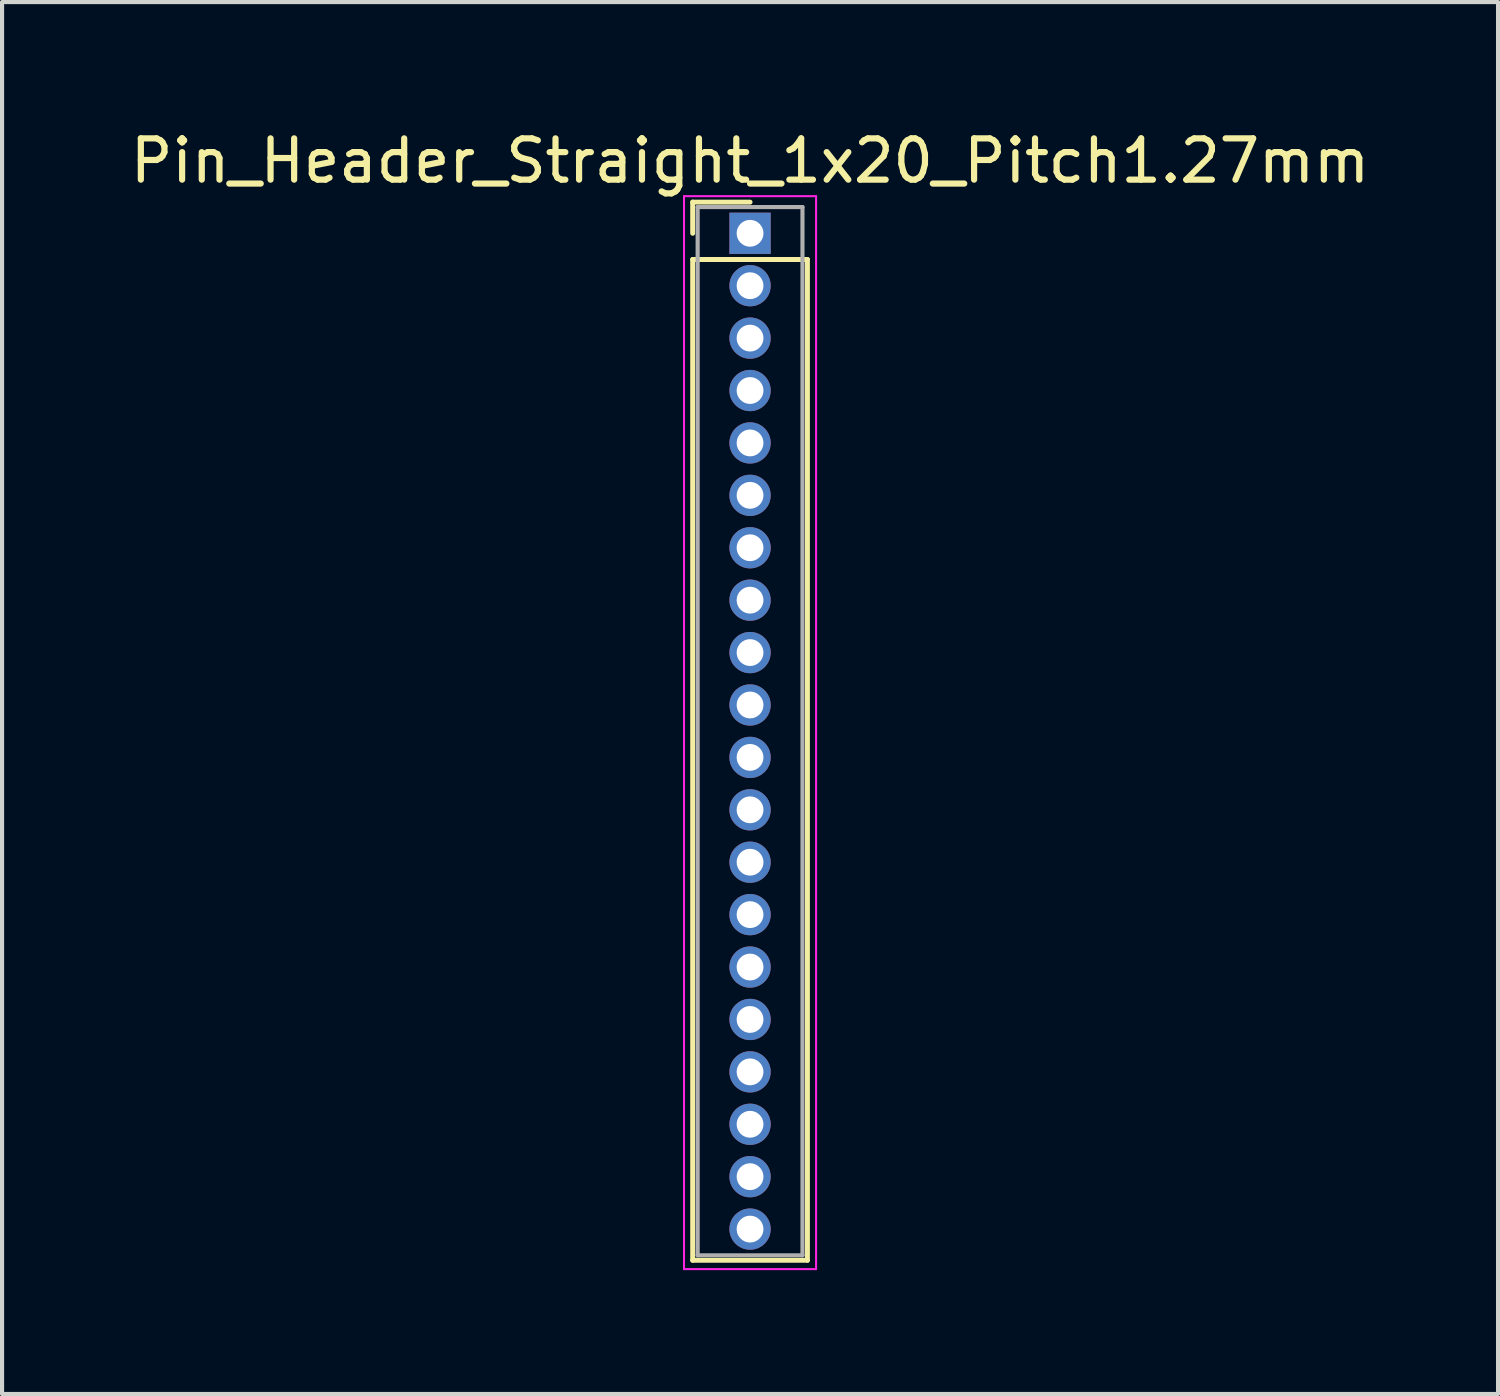
<source format=kicad_pcb>
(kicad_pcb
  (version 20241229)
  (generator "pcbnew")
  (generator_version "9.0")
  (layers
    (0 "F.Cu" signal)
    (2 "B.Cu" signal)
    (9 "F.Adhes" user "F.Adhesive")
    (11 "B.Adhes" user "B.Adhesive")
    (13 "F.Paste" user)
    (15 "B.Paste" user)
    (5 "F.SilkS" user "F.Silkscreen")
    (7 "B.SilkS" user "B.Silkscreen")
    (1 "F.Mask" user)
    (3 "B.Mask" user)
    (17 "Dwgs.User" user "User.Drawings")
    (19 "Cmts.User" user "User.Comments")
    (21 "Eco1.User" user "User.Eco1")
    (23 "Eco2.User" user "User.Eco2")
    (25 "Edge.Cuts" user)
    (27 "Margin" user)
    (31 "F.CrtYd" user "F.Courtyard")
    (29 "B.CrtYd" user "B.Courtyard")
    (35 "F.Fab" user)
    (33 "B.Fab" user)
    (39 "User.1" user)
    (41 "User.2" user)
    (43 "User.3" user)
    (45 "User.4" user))
  (footprint "Pin_Header_Straight_1x20_Pitch1.27mm"
    (layer "F.Cu")
    (at 15.125 2.603)
    (property "Reference" "Pin_Header_Straight_1x20_Pitch1.27mm" (at 0 -1.755 0) (layer "F.SilkS") (effects (font (size 1 1) (thickness 0.15))))
    (attr through_hole)
    (fp_line (start -1.39 -0.755) (end 0 -0.755) (stroke (width 0.12) (type solid)) (layer "F.SilkS"))
    (fp_line (start -1.39 0) (end -1.39 -0.755) (stroke (width 0.12) (type solid)) (layer "F.SilkS"))
    (fp_line (start -1.39 0.635) (end -1.39 24.885) (stroke (width 0.12) (type solid)) (layer "F.SilkS"))
    (fp_line (start -1.39 24.885) (end 1.39 24.885) (stroke (width 0.12) (type solid)) (layer "F.SilkS"))
    (fp_line (start 1.39 0.635) (end -1.39 0.635) (stroke (width 0.12) (type solid)) (layer "F.SilkS"))
    (fp_line (start 1.39 24.885) (end 1.39 0.635) (stroke (width 0.12) (type solid)) (layer "F.SilkS"))
    (fp_line (start -1.6 -0.9) (end -1.6 25.1) (stroke (width 0.05) (type solid)) (layer "F.CrtYd"))
    (fp_line (start -1.6 25.1) (end 1.6 25.1) (stroke (width 0.05) (type solid)) (layer "F.CrtYd"))
    (fp_line (start 1.6 -0.9) (end -1.6 -0.9) (stroke (width 0.05) (type solid)) (layer "F.CrtYd"))
    (fp_line (start 1.6 25.1) (end 1.6 -0.9) (stroke (width 0.05) (type solid)) (layer "F.CrtYd"))
    (fp_line (start -1.27 -0.635) (end -1.27 24.765) (stroke (width 0.1) (type solid)) (layer "F.Fab"))
    (fp_line (start -1.27 24.765) (end 1.27 24.765) (stroke (width 0.1) (type solid)) (layer "F.Fab"))
    (fp_line (start 1.27 -0.635) (end -1.27 -0.635) (stroke (width 0.1) (type solid)) (layer "F.Fab"))
    (fp_line (start 1.27 24.765) (end 1.27 -0.635) (stroke (width 0.1) (type solid)) (layer "F.Fab"))
    (pad "1" thru_hole rect (at 0 0) (size 1 1) (drill 0.65) (layers "*.Cu" "*.Mask"))
    (pad "2" thru_hole oval (at 0 1.27) (size 1 1) (drill 0.65) (layers "*.Cu" "*.Mask"))
    (pad "3" thru_hole oval (at 0 2.54) (size 1 1) (drill 0.65) (layers "*.Cu" "*.Mask"))
    (pad "4" thru_hole oval (at 0 3.81) (size 1 1) (drill 0.65) (layers "*.Cu" "*.Mask"))
    (pad "5" thru_hole oval (at 0 5.08) (size 1 1) (drill 0.65) (layers "*.Cu" "*.Mask"))
    (pad "6" thru_hole oval (at 0 6.35) (size 1 1) (drill 0.65) (layers "*.Cu" "*.Mask"))
    (pad "7" thru_hole oval (at 0 7.62) (size 1 1) (drill 0.65) (layers "*.Cu" "*.Mask"))
    (pad "8" thru_hole oval (at 0 8.89) (size 1 1) (drill 0.65) (layers "*.Cu" "*.Mask"))
    (pad "9" thru_hole oval (at 0 10.16) (size 1 1) (drill 0.65) (layers "*.Cu" "*.Mask"))
    (pad "10" thru_hole oval (at 0 11.43) (size 1 1) (drill 0.65) (layers "*.Cu" "*.Mask"))
    (pad "11" thru_hole oval (at 0 12.7) (size 1 1) (drill 0.65) (layers "*.Cu" "*.Mask"))
    (pad "12" thru_hole oval (at 0 13.97) (size 1 1) (drill 0.65) (layers "*.Cu" "*.Mask"))
    (pad "13" thru_hole oval (at 0 15.24) (size 1 1) (drill 0.65) (layers "*.Cu" "*.Mask"))
    (pad "14" thru_hole oval (at 0 16.51) (size 1 1) (drill 0.65) (layers "*.Cu" "*.Mask"))
    (pad "15" thru_hole oval (at 0 17.78) (size 1 1) (drill 0.65) (layers "*.Cu" "*.Mask"))
    (pad "16" thru_hole oval (at 0 19.05) (size 1 1) (drill 0.65) (layers "*.Cu" "*.Mask"))
    (pad "17" thru_hole oval (at 0 20.32) (size 1 1) (drill 0.65) (layers "*.Cu" "*.Mask"))
    (pad "18" thru_hole oval (at 0 21.59) (size 1 1) (drill 0.65) (layers "*.Cu" "*.Mask"))
    (pad "19" thru_hole oval (at 0 22.86) (size 1 1) (drill 0.65) (layers "*.Cu" "*.Mask"))
    (pad "20" thru_hole oval (at 0 24.13) (size 1 1) (drill 0.65) (layers "*.Cu" "*.Mask")))
  (gr_rect
    (start -3 -3)
    (end 33.25 30.728)
    (stroke (width 0.1) (type default))
    (fill no)
    (layer "Edge.Cuts")))
</source>
